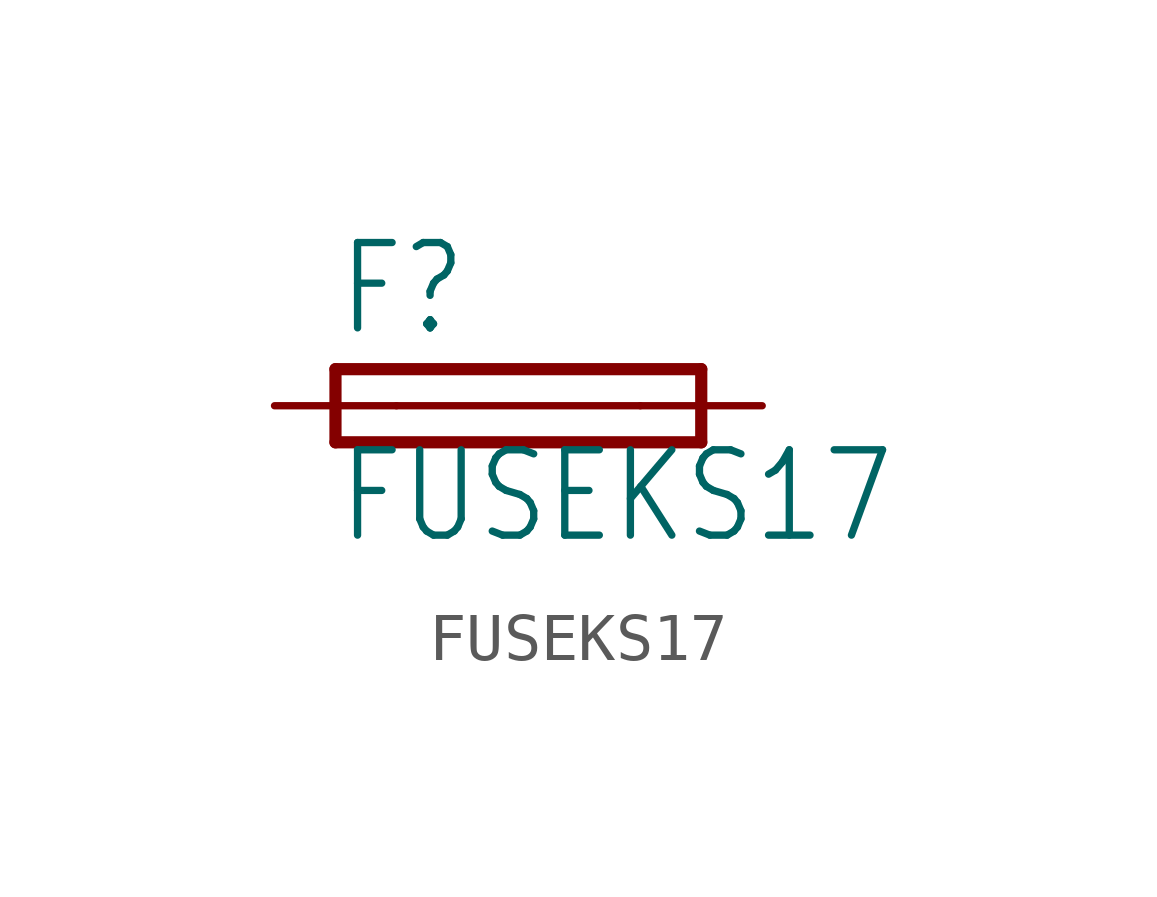
<source format=kicad_sym>
(kicad_symbol_lib
  (version 20200126)
  (host kicad_symbol_editor "5.99.0-unknown-aa7ce74~88~ubuntu18.04.1")
  (symbol "FUSEKS17"
    (property "Reference" "F"
      (at -3.81 1.397 0)
      (effects (font (size 1.778 1.511)) (justify left bottom)))
    (property "Value" "FUSEKS17"
      (at -3.81 -2.921 0)
      (effects (font (size 1.778 1.511)) (justify left bottom)))
    (property "ki_locked" ""
      (at 0 0 0)
      (effects (font (size 1.27 1.27))))
    (symbol "FUSEKS17_1_0"
      (polyline (pts (xy -3.81 -0.762) (xy 3.81 -0.762)) (stroke (width 0.254)) (fill (type none)))
      (polyline (pts (xy 3.81 0.762) (xy -3.81 0.762)) (stroke (width 0.254)) (fill (type none)))
      (polyline (pts (xy 3.81 -0.762) (xy 3.81 0.762)) (stroke (width 0.254)) (fill (type none)))
      (polyline (pts (xy -3.81 0.762) (xy -3.81 -0.762)) (stroke (width 0.254)) (fill (type none)))
      (polyline (pts (xy -2.54 0) (xy 2.54 0)) (stroke (width 0.152)) (fill (type none)))
      (pin passive line (at 5.08 0 180) (length 2.54) (name "2" (effects (font (size 0 0)))) (number "2" (effects (font (size 0 0)))))
      (pin passive line (at -5.08 0 0) (length 2.54) (name "1" (effects (font (size 0 0)))) (number "1" (effects (font (size 0 0))))))))
</source>
